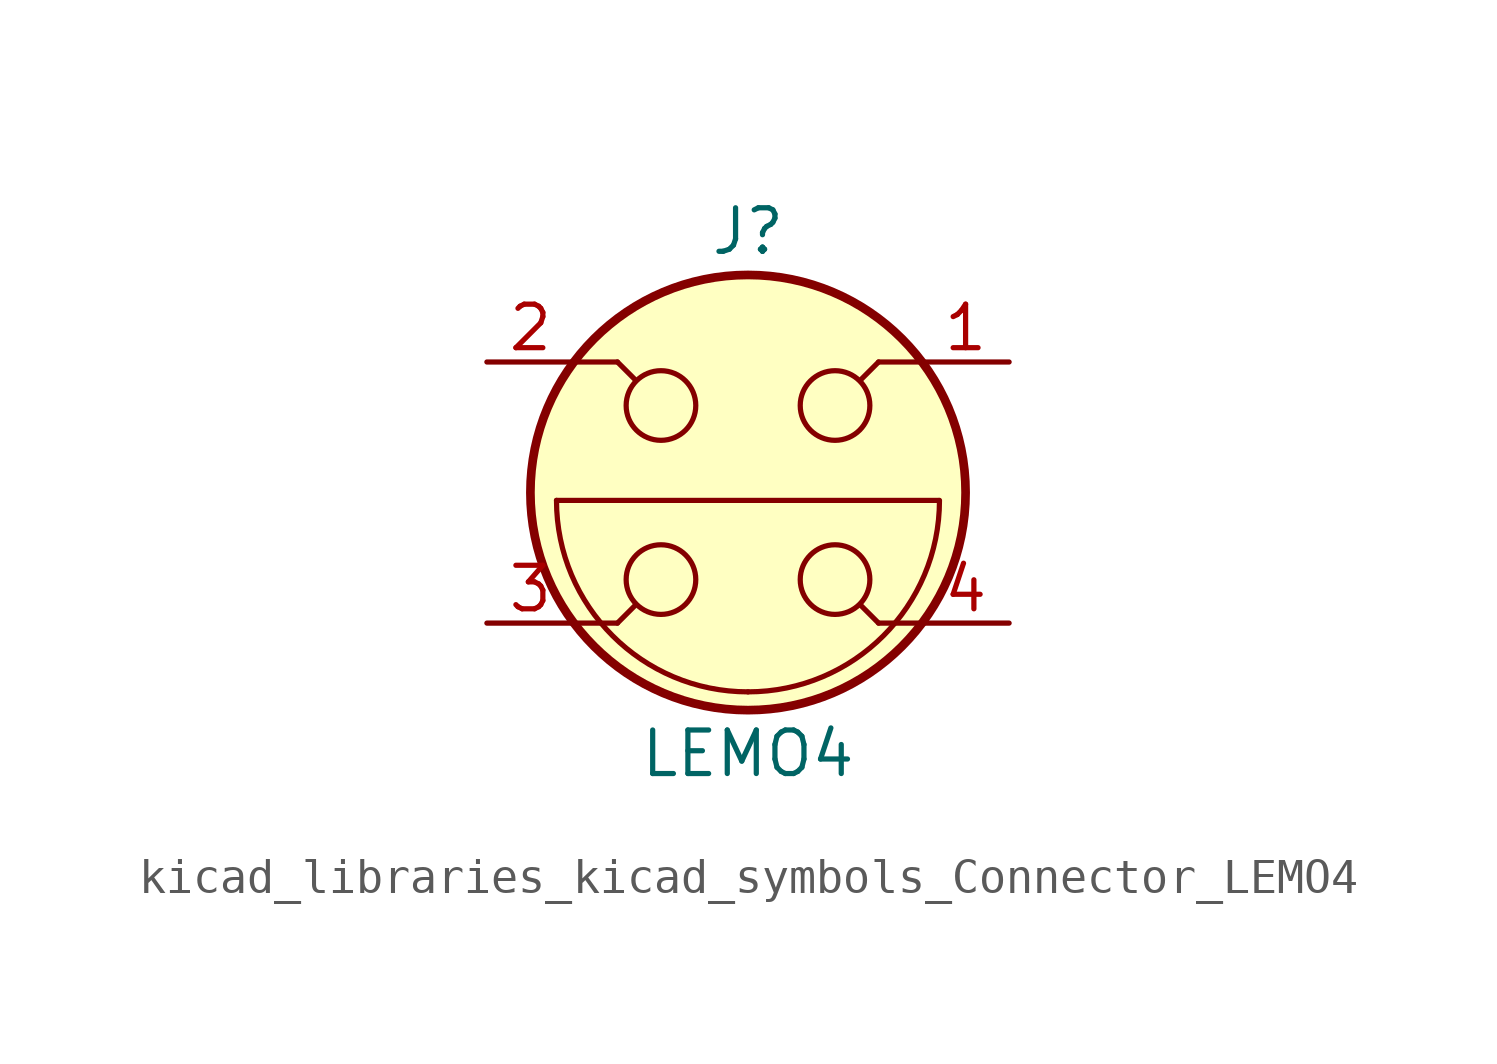
<source format=kicad_sym>
(kicad_symbol_lib
  (version 20220914)
  (generator kicad_symbol_editor)
  (symbol "kicad_libraries_kicad_symbols_Connector_LEMO4"
    (pin_names
      (offset 1.016) hide)
    (property "Reference" "J"
      (at 0 7.62 0)
      (effects (font (size 1.27 1.27))))
    (property "Value" "LEMO4"
      (at 0 -7.62 0)
      (effects (font (size 1.27 1.27))))
    (symbol "kicad_libraries_kicad_symbols_Connector_LEMO4_0_1"
      (arc (start -5.588 -0.2286) (mid -3.9513 -4.1799) (end 0 -5.8166) (stroke (width 0) (type default)) (fill (type none)))
      (circle (center -2.54 -2.54) (radius 1.016) (stroke (width 0) (type default)) (fill (type none)))
      (circle (center -2.54 2.54) (radius 1.016) (stroke (width 0) (type default)) (fill (type none)))
      (arc (start 0 -5.8166) (mid 3.9513 -4.1799) (end 5.588 -0.2286) (stroke (width 0) (type default)) (fill (type none)))
      (polyline (pts (xy -5.588 -0.229) (xy 5.563 -0.229)) (stroke (width 0) (type default)) (fill (type none)))
      (polyline (pts (xy -5.08 -3.81) (xy -3.81 -3.81)) (stroke (width 0) (type default)) (fill (type none)))
      (polyline (pts (xy -3.81 -3.81) (xy -3.302 -3.302)) (stroke (width 0) (type default)) (fill (type none)))
      (polyline (pts (xy -3.81 3.81) (xy -5.08 3.81)) (stroke (width 0) (type default)) (fill (type none)))
      (polyline (pts (xy -3.81 3.81) (xy -3.302 3.302)) (stroke (width 0) (type default)) (fill (type none)))
      (polyline (pts (xy 3.81 -3.81) (xy 3.302 -3.302)) (stroke (width 0) (type default)) (fill (type none)))
      (polyline (pts (xy 3.81 3.81) (xy 3.302 3.302)) (stroke (width 0) (type default)) (fill (type none)))
      (polyline (pts (xy 5.08 -3.81) (xy 3.81 -3.81)) (stroke (width 0) (type default)) (fill (type none)))
      (polyline (pts (xy 5.08 3.81) (xy 3.81 3.81)) (stroke (width 0) (type default)) (fill (type none)))
      (circle (center 0 0) (radius 6.35) (stroke (width 0.254) (type default)) (fill (type background)))
      (circle (center 2.54 -2.54) (radius 1.016) (stroke (width 0) (type default)) (fill (type none)))
      (circle (center 2.54 2.54) (radius 1.016) (stroke (width 0) (type default)) (fill (type none))))
    (symbol "kicad_libraries_kicad_symbols_Connector_LEMO4_1_1"
      (pin passive line (at 7.62 3.81 180) (length 2.54) (name "~" (effects (font (size 1.27 1.27)))) (number "1" (effects (font (size 1.27 1.27)))))
      (pin passive line (at -7.62 3.81 0) (length 2.54) (name "~" (effects (font (size 1.27 1.27)))) (number "2" (effects (font (size 1.27 1.27)))))
      (pin passive line (at -7.62 -3.81 0) (length 2.54) (name "~" (effects (font (size 1.27 1.27)))) (number "3" (effects (font (size 1.27 1.27)))))
      (pin passive line (at 7.62 -3.81 180) (length 2.54) (name "~" (effects (font (size 1.27 1.27)))) (number "4" (effects (font (size 1.27 1.27))))))))
</source>
